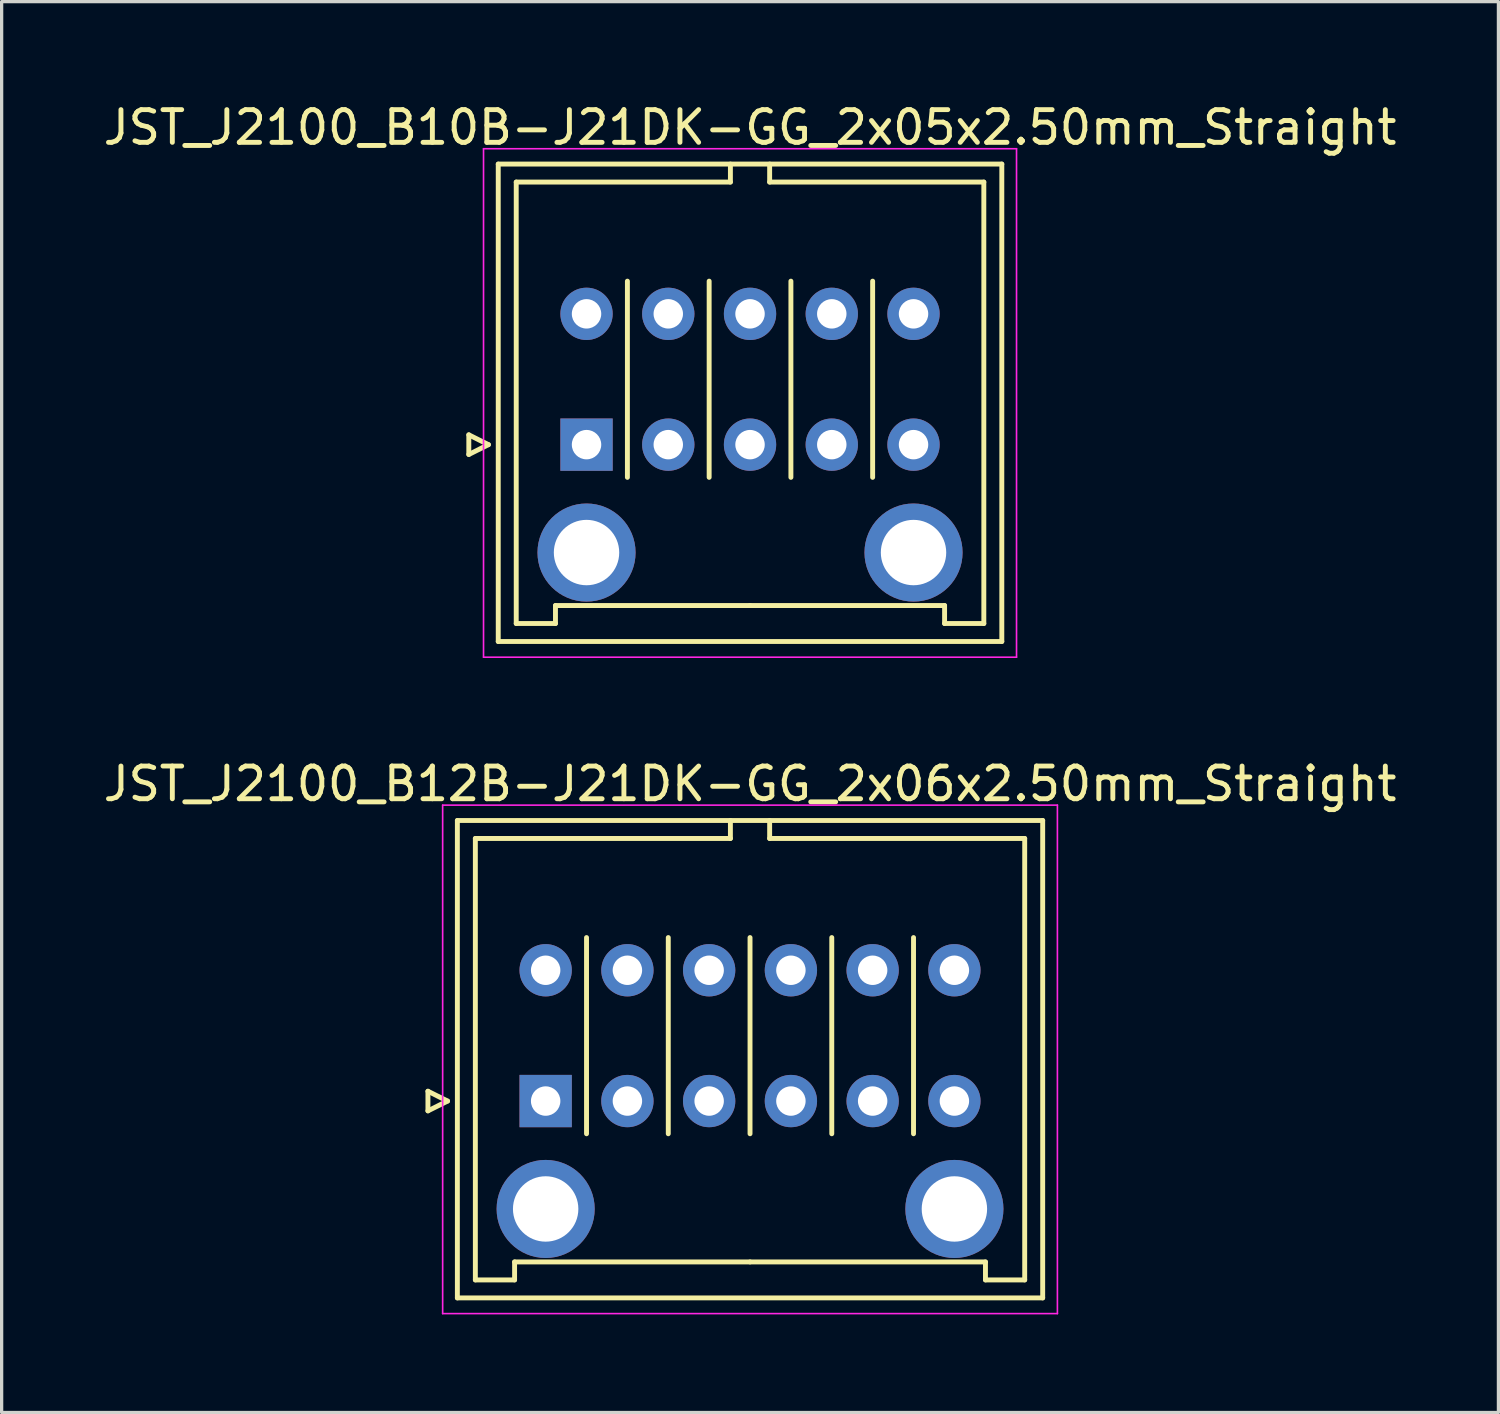
<source format=kicad_pcb>
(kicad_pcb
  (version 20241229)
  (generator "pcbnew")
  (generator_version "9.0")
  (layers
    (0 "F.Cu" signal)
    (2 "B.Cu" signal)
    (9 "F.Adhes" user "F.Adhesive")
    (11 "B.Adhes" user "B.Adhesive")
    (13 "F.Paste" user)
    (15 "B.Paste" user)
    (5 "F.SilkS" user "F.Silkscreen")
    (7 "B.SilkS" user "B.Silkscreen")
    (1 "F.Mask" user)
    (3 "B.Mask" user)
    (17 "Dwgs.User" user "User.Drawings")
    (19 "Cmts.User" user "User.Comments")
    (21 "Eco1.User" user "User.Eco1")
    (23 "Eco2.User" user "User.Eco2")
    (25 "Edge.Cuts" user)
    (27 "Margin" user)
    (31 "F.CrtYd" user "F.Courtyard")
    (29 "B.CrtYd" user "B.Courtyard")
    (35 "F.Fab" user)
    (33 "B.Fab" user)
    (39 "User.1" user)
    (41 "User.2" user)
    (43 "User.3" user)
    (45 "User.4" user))
  (footprint "JST_J2100_B12B-J21DK-GG_2x06x2.50mm_Straight"
    (layer "F.Cu")
    (at 13.637 30.622)
    (property "Reference" "JST_J2100_B12B-J21DK-GG_2x06x2.50mm_Straight" (at 6.25 -9.7 0) (layer "F.SilkS") (effects (font (size 1 1) (thickness 0.15))))
    (attr through_hole)
    (fp_line (start -3.6 -0.3) (end -3 0) (stroke (width 0.15) (type solid)) (layer "F.SilkS"))
    (fp_line (start -3.6 0.3) (end -3.6 -0.3) (stroke (width 0.15) (type solid)) (layer "F.SilkS"))
    (fp_line (start -3 0) (end -3.6 0.3) (stroke (width 0.15) (type solid)) (layer "F.SilkS"))
    (fp_line (start -2.7 -8.58) (end -2.7 6.02) (stroke (width 0.15) (type solid)) (layer "F.SilkS"))
    (fp_line (start -2.7 6.02) (end 15.2 6.02) (stroke (width 0.15) (type solid)) (layer "F.SilkS"))
    (fp_line (start -2.15 -8.03) (end -2.15 5.47) (stroke (width 0.15) (type solid)) (layer "F.SilkS"))
    (fp_line (start -2.15 5.47) (end -0.95 5.47) (stroke (width 0.15) (type solid)) (layer "F.SilkS"))
    (fp_line (start -0.95 4.92) (end 6.25 4.92) (stroke (width 0.15) (type solid)) (layer "F.SilkS"))
    (fp_line (start -0.95 5.47) (end -0.95 4.92) (stroke (width 0.15) (type solid)) (layer "F.SilkS"))
    (fp_line (start 1.25 1) (end 1.25 -5) (stroke (width 0.15) (type solid)) (layer "F.SilkS"))
    (fp_line (start 3.75 1) (end 3.75 -5) (stroke (width 0.15) (type solid)) (layer "F.SilkS"))
    (fp_line (start 5.65 -8.58) (end 5.65 -8.03) (stroke (width 0.15) (type solid)) (layer "F.SilkS"))
    (fp_line (start 5.65 -8.03) (end -2.15 -8.03) (stroke (width 0.15) (type solid)) (layer "F.SilkS"))
    (fp_line (start 6.25 1) (end 6.25 -5) (stroke (width 0.15) (type solid)) (layer "F.SilkS"))
    (fp_line (start 6.85 -8.58) (end 6.85 -8.03) (stroke (width 0.15) (type solid)) (layer "F.SilkS"))
    (fp_line (start 6.85 -8.03) (end 14.65 -8.03) (stroke (width 0.15) (type solid)) (layer "F.SilkS"))
    (fp_line (start 8.75 1) (end 8.75 -5) (stroke (width 0.15) (type solid)) (layer "F.SilkS"))
    (fp_line (start 11.25 1) (end 11.25 -5) (stroke (width 0.15) (type solid)) (layer "F.SilkS"))
    (fp_line (start 13.45 4.92) (end 6.25 4.92) (stroke (width 0.15) (type solid)) (layer "F.SilkS"))
    (fp_line (start 13.45 5.47) (end 13.45 4.92) (stroke (width 0.15) (type solid)) (layer "F.SilkS"))
    (fp_line (start 14.65 -8.03) (end 14.65 5.47) (stroke (width 0.15) (type solid)) (layer "F.SilkS"))
    (fp_line (start 14.65 5.47) (end 13.45 5.47) (stroke (width 0.15) (type solid)) (layer "F.SilkS"))
    (fp_line (start 15.2 -8.58) (end -2.7 -8.58) (stroke (width 0.15) (type solid)) (layer "F.SilkS"))
    (fp_line (start 15.2 6.02) (end 15.2 -8.58) (stroke (width 0.15) (type solid)) (layer "F.SilkS"))
    (fp_line (start -3.15 -9.05) (end -3.15 6.5) (stroke (width 0.05) (type solid)) (layer "F.CrtYd"))
    (fp_line (start -3.15 6.5) (end 15.65 6.5) (stroke (width 0.05) (type solid)) (layer "F.CrtYd"))
    (fp_line (start 15.65 -9.05) (end -3.15 -9.05) (stroke (width 0.05) (type solid)) (layer "F.CrtYd"))
    (fp_line (start 15.65 6.5) (end 15.65 -9.05) (stroke (width 0.05) (type solid)) (layer "F.CrtYd"))
    (pad "" thru_hole circle (at 0 3.3) (size 3 3) (drill 2) (layers "*.Cu" "*.Mask"))
    (pad "" thru_hole circle (at 12.5 3.3) (size 3 3) (drill 2) (layers "*.Cu" "*.Mask"))
    (pad "1" thru_hole rect (at 0 0) (size 1.6 1.6) (drill 0.9) (layers "*.Cu" "*.Mask"))
    (pad "2" thru_hole circle (at 0 -4) (size 1.6 1.6) (drill 0.9) (layers "*.Cu" "*.Mask"))
    (pad "3" thru_hole circle (at 2.5 0) (size 1.6 1.6) (drill 0.9) (layers "*.Cu" "*.Mask"))
    (pad "4" thru_hole circle (at 2.5 -4) (size 1.6 1.6) (drill 0.9) (layers "*.Cu" "*.Mask"))
    (pad "5" thru_hole circle (at 5 0) (size 1.6 1.6) (drill 0.9) (layers "*.Cu" "*.Mask"))
    (pad "6" thru_hole circle (at 5 -4) (size 1.6 1.6) (drill 0.9) (layers "*.Cu" "*.Mask"))
    (pad "7" thru_hole circle (at 7.5 0) (size 1.6 1.6) (drill 0.9) (layers "*.Cu" "*.Mask"))
    (pad "8" thru_hole circle (at 7.5 -4) (size 1.6 1.6) (drill 0.9) (layers "*.Cu" "*.Mask"))
    (pad "9" thru_hole circle (at 10 0) (size 1.6 1.6) (drill 0.9) (layers "*.Cu" "*.Mask"))
    (pad "10" thru_hole circle (at 10 -4) (size 1.6 1.6) (drill 0.9) (layers "*.Cu" "*.Mask"))
    (pad "11" thru_hole circle (at 12.5 0) (size 1.6 1.6) (drill 0.9) (layers "*.Cu" "*.Mask"))
    (pad "12" thru_hole circle (at 12.5 -4) (size 1.6 1.6) (drill 0.9) (layers "*.Cu" "*.Mask")))
  (footprint "JST_J2100_B10B-J21DK-GG_2x05x2.50mm_Straight"
    (layer "F.Cu")
    (at 14.887 10.548)
    (property "Reference" "JST_J2100_B10B-J21DK-GG_2x05x2.50mm_Straight" (at 5 -9.7 0) (layer "F.SilkS") (effects (font (size 1 1) (thickness 0.15))))
    (attr through_hole)
    (fp_line (start -3.6 -0.3) (end -3 0) (stroke (width 0.15) (type solid)) (layer "F.SilkS"))
    (fp_line (start -3.6 0.3) (end -3.6 -0.3) (stroke (width 0.15) (type solid)) (layer "F.SilkS"))
    (fp_line (start -3 0) (end -3.6 0.3) (stroke (width 0.15) (type solid)) (layer "F.SilkS"))
    (fp_line (start -2.7 -8.58) (end -2.7 6.02) (stroke (width 0.15) (type solid)) (layer "F.SilkS"))
    (fp_line (start -2.7 6.02) (end 12.7 6.02) (stroke (width 0.15) (type solid)) (layer "F.SilkS"))
    (fp_line (start -2.15 -8.03) (end -2.15 5.47) (stroke (width 0.15) (type solid)) (layer "F.SilkS"))
    (fp_line (start -2.15 5.47) (end -0.95 5.47) (stroke (width 0.15) (type solid)) (layer "F.SilkS"))
    (fp_line (start -0.95 4.92) (end 5 4.92) (stroke (width 0.15) (type solid)) (layer "F.SilkS"))
    (fp_line (start -0.95 5.47) (end -0.95 4.92) (stroke (width 0.15) (type solid)) (layer "F.SilkS"))
    (fp_line (start 1.25 1) (end 1.25 -5) (stroke (width 0.15) (type solid)) (layer "F.SilkS"))
    (fp_line (start 3.75 1) (end 3.75 -5) (stroke (width 0.15) (type solid)) (layer "F.SilkS"))
    (fp_line (start 4.4 -8.58) (end 4.4 -8.03) (stroke (width 0.15) (type solid)) (layer "F.SilkS"))
    (fp_line (start 4.4 -8.03) (end -2.15 -8.03) (stroke (width 0.15) (type solid)) (layer "F.SilkS"))
    (fp_line (start 5.6 -8.58) (end 5.6 -8.03) (stroke (width 0.15) (type solid)) (layer "F.SilkS"))
    (fp_line (start 5.6 -8.03) (end 12.15 -8.03) (stroke (width 0.15) (type solid)) (layer "F.SilkS"))
    (fp_line (start 6.25 1) (end 6.25 -5) (stroke (width 0.15) (type solid)) (layer "F.SilkS"))
    (fp_line (start 8.75 1) (end 8.75 -5) (stroke (width 0.15) (type solid)) (layer "F.SilkS"))
    (fp_line (start 10.95 4.92) (end 5 4.92) (stroke (width 0.15) (type solid)) (layer "F.SilkS"))
    (fp_line (start 10.95 5.47) (end 10.95 4.92) (stroke (width 0.15) (type solid)) (layer "F.SilkS"))
    (fp_line (start 12.15 -8.03) (end 12.15 5.47) (stroke (width 0.15) (type solid)) (layer "F.SilkS"))
    (fp_line (start 12.15 5.47) (end 10.95 5.47) (stroke (width 0.15) (type solid)) (layer "F.SilkS"))
    (fp_line (start 12.7 -8.58) (end -2.7 -8.58) (stroke (width 0.15) (type solid)) (layer "F.SilkS"))
    (fp_line (start 12.7 6.02) (end 12.7 -8.58) (stroke (width 0.15) (type solid)) (layer "F.SilkS"))
    (fp_line (start -3.15 -9.05) (end -3.15 6.5) (stroke (width 0.05) (type solid)) (layer "F.CrtYd"))
    (fp_line (start -3.15 6.5) (end 13.15 6.5) (stroke (width 0.05) (type solid)) (layer "F.CrtYd"))
    (fp_line (start 13.15 -9.05) (end -3.15 -9.05) (stroke (width 0.05) (type solid)) (layer "F.CrtYd"))
    (fp_line (start 13.15 6.5) (end 13.15 -9.05) (stroke (width 0.05) (type solid)) (layer "F.CrtYd"))
    (pad "" thru_hole circle (at 0 3.3) (size 3 3) (drill 2) (layers "*.Cu" "*.Mask"))
    (pad "" thru_hole circle (at 10 3.3) (size 3 3) (drill 2) (layers "*.Cu" "*.Mask"))
    (pad "1" thru_hole rect (at 0 0) (size 1.6 1.6) (drill 0.9) (layers "*.Cu" "*.Mask"))
    (pad "2" thru_hole circle (at 0 -4) (size 1.6 1.6) (drill 0.9) (layers "*.Cu" "*.Mask"))
    (pad "3" thru_hole circle (at 2.5 0) (size 1.6 1.6) (drill 0.9) (layers "*.Cu" "*.Mask"))
    (pad "4" thru_hole circle (at 2.5 -4) (size 1.6 1.6) (drill 0.9) (layers "*.Cu" "*.Mask"))
    (pad "5" thru_hole circle (at 5 0) (size 1.6 1.6) (drill 0.9) (layers "*.Cu" "*.Mask"))
    (pad "6" thru_hole circle (at 5 -4) (size 1.6 1.6) (drill 0.9) (layers "*.Cu" "*.Mask"))
    (pad "7" thru_hole circle (at 7.5 0) (size 1.6 1.6) (drill 0.9) (layers "*.Cu" "*.Mask"))
    (pad "8" thru_hole circle (at 7.5 -4) (size 1.6 1.6) (drill 0.9) (layers "*.Cu" "*.Mask"))
    (pad "9" thru_hole circle (at 10 0) (size 1.6 1.6) (drill 0.9) (layers "*.Cu" "*.Mask"))
    (pad "10" thru_hole circle (at 10 -4) (size 1.6 1.6) (drill 0.9) (layers "*.Cu" "*.Mask")))
  (gr_rect
    (start -3 -3)
    (end 42.774 40.147)
    (stroke (width 0.1) (type default))
    (fill no)
    (layer "Edge.Cuts")))
</source>
